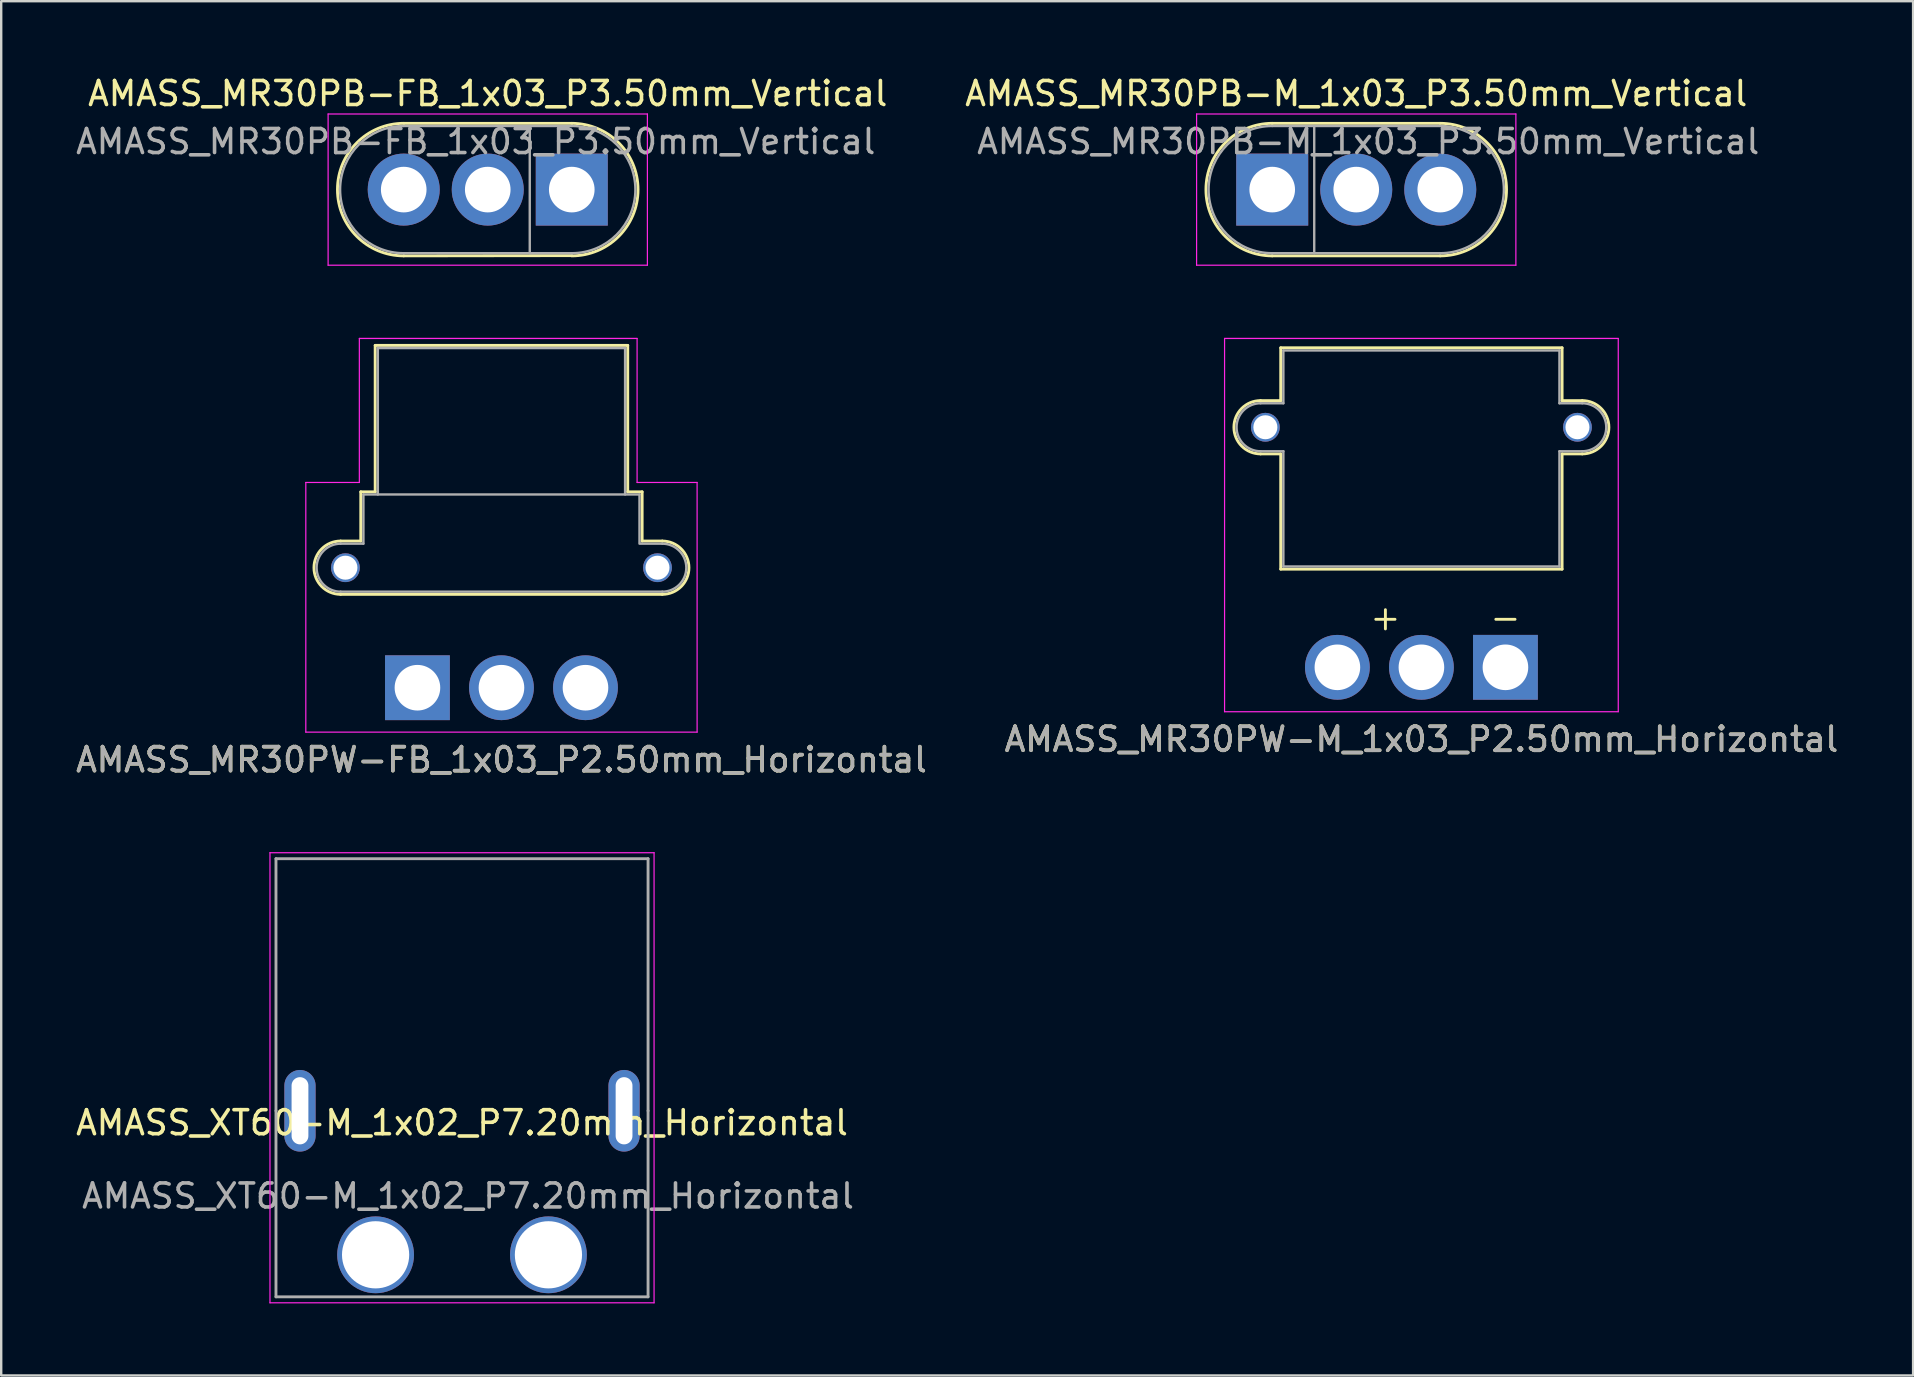
<source format=kicad_pcb>
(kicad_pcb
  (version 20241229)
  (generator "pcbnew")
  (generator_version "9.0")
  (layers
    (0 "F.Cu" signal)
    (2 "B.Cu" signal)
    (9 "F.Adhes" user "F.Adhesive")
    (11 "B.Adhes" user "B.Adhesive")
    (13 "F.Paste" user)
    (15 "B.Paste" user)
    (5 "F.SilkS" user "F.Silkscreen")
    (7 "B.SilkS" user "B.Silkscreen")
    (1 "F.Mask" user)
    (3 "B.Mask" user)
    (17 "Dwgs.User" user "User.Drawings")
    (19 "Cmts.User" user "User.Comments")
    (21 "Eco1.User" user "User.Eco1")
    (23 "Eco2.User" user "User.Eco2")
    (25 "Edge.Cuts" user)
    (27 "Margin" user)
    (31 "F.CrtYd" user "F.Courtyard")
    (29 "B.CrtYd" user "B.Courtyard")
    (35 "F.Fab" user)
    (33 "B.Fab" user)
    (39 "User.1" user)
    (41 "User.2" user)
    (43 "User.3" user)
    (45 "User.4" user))
  (footprint "AMASS_MR30PW-M_1x03_P2.50mm_Horizontal"
    (layer "F.Cu")
    (at 59.661 24.748)
    (property "Reference" "AMASS_MR30PW-M_1x03_P2.50mm_Horizontal" (at -3.5 3 0) (layer "F.SilkS") (effects (font (size 1 1) (thickness 0.15))))
    (attr through_hole)
    (fp_line (start -10.2 -11.11) (end -9.36 -11.11) (stroke (width 0.12) (type solid)) (layer "F.SilkS"))
    (fp_line (start -10.2 -8.89) (end -9.36 -8.89) (stroke (width 0.12) (type solid)) (layer "F.SilkS"))
    (fp_line (start -9.36 -13.31) (end -9.36 -11.11) (stroke (width 0.12) (type solid)) (layer "F.SilkS"))
    (fp_line (start -9.36 -13.31) (end 2.36 -13.31) (stroke (width 0.12) (type solid)) (layer "F.SilkS"))
    (fp_line (start -9.36 -8.89) (end -9.36 -4.09) (stroke (width 0.12) (type solid)) (layer "F.SilkS"))
    (fp_line (start -9.36 -4.09) (end 2.36 -4.09) (stroke (width 0.12) (type solid)) (layer "F.SilkS"))
    (fp_line (start -5.4 -2) (end -4.6 -2) (stroke (width 0.12) (type solid)) (layer "F.SilkS"))
    (fp_line (start -5 -2.4) (end -5 -1.6) (stroke (width 0.12) (type solid)) (layer "F.SilkS"))
    (fp_line (start -0.4 -2) (end 0.4 -2) (stroke (width 0.12) (type solid)) (layer "F.SilkS"))
    (fp_line (start 2.36 -13.31) (end 2.36 -11.11) (stroke (width 0.12) (type solid)) (layer "F.SilkS"))
    (fp_line (start 2.36 -11.11) (end 3.2 -11.11) (stroke (width 0.12) (type solid)) (layer "F.SilkS"))
    (fp_line (start 2.36 -8.89) (end 2.36 -4.09) (stroke (width 0.12) (type solid)) (layer "F.SilkS"))
    (fp_line (start 2.36 -8.89) (end 3.2 -8.89) (stroke (width 0.12) (type solid)) (layer "F.SilkS"))
    (fp_arc (start -10.2 -8.89) (mid -11.31 -10) (end -10.2 -11.11) (stroke (width 0.12) (type solid)) (layer "F.SilkS"))
    (fp_arc (start 3.2 -11.11) (mid 4.31 -10) (end 3.2 -8.89) (stroke (width 0.12) (type solid)) (layer "F.SilkS"))
    (fp_line (start -11.7 -13.7) (end -11.7 1.85) (stroke (width 0.05) (type solid)) (layer "F.CrtYd"))
    (fp_line (start -11.7 -13.7) (end 4.7 -13.7) (stroke (width 0.05) (type solid)) (layer "F.CrtYd"))
    (fp_line (start -11.7 1.85) (end 4.7 1.85) (stroke (width 0.05) (type solid)) (layer "F.CrtYd"))
    (fp_line (start 4.7 -13.7) (end 4.7 1.85) (stroke (width 0.05) (type solid)) (layer "F.CrtYd"))
    (fp_line (start -10.2 -11) (end -9.25 -11) (stroke (width 0.1) (type solid)) (layer "F.Fab"))
    (fp_line (start -10.2 -9) (end -9.25 -9) (stroke (width 0.1) (type solid)) (layer "F.Fab"))
    (fp_line (start -9.25 -13.2) (end -9.25 -11) (stroke (width 0.1) (type solid)) (layer "F.Fab"))
    (fp_line (start -9.25 -13.2) (end 2.25 -13.2) (stroke (width 0.1) (type solid)) (layer "F.Fab"))
    (fp_line (start -9.25 -9) (end -9.25 -4.2) (stroke (width 0.1) (type solid)) (layer "F.Fab"))
    (fp_line (start -9.25 -4.2) (end 2.25 -4.2) (stroke (width 0.1) (type solid)) (layer "F.Fab"))
    (fp_line (start 2.25 -13.2) (end 2.25 -11) (stroke (width 0.1) (type solid)) (layer "F.Fab"))
    (fp_line (start 2.25 -11) (end 3.2 -11) (stroke (width 0.1) (type solid)) (layer "F.Fab"))
    (fp_line (start 2.25 -9) (end 2.25 -4.2) (stroke (width 0.1) (type solid)) (layer "F.Fab"))
    (fp_line (start 2.25 -9) (end 3.2 -9) (stroke (width 0.1) (type solid)) (layer "F.Fab"))
    (fp_arc (start -10.2 -9) (mid -11.2 -10) (end -10.2 -11) (stroke (width 0.1) (type solid)) (layer "F.Fab"))
    (fp_arc (start 3.2 -11) (mid 4.2 -10) (end 3.2 -9) (stroke (width 0.1) (type solid)) (layer "F.Fab"))
    (fp_text user "${REFERENCE}" (at -3.5 3 0) (layer "F.Fab") (effects (font (size 1 1) (thickness 0.15))))
    (pad "" thru_hole circle (at -10 -10) (size 1.2 1.2) (drill 1) (layers "*.Cu" "*.Mask"))
    (pad "" thru_hole circle (at 3 -10) (size 1.2 1.2) (drill 1) (layers "*.Cu" "*.Mask"))
    (pad "1" thru_hole rect (at 0 0) (size 2.7 2.7) (drill 1.9) (layers "*.Cu" "*.Mask"))
    (pad "2" thru_hole circle (at -3.5 0) (size 2.7 2.7) (drill 1.9) (layers "*.Cu" "*.Mask"))
    (pad "3" thru_hole circle (at -7 0) (size 2.7 2.7) (drill 1.9) (layers "*.Cu" "*.Mask")))
  (footprint "AMASS_MR30PB-M_1x03_P3.50mm_Vertical"
    (layer "F.Cu")
    (at 49.946 4.848)
    (property "Reference" "AMASS_MR30PB-M_1x03_P3.50mm_Vertical" (at 3.5 -4 0) (layer "F.SilkS") (effects (font (size 1 1) (thickness 0.15))))
    (attr through_hole)
    (fp_line (start 0 -2.76) (end 7 -2.76) (stroke (width 0.12) (type solid)) (layer "F.SilkS"))
    (fp_line (start 0 2.76) (end 7 2.76) (stroke (width 0.12) (type solid)) (layer "F.SilkS"))
    (fp_arc (start 0 2.76) (mid -2.76 0) (end 0 -2.76) (stroke (width 0.12) (type solid)) (layer "F.SilkS"))
    (fp_arc (start 7 -2.76) (mid 9.76 0) (end 7 2.76) (stroke (width 0.12) (type solid)) (layer "F.SilkS"))
    (fp_line (start -3.15 -3.15) (end -3.15 3.15) (stroke (width 0.05) (type solid)) (layer "F.CrtYd"))
    (fp_line (start -3.15 -3.15) (end 10.15 -3.15) (stroke (width 0.05) (type solid)) (layer "F.CrtYd"))
    (fp_line (start -3.15 3.15) (end 10.15 3.15) (stroke (width 0.05) (type solid)) (layer "F.CrtYd"))
    (fp_line (start 10.15 -3.15) (end 10.15 3.15) (stroke (width 0.05) (type solid)) (layer "F.CrtYd"))
    (fp_line (start 0 -2.65) (end 7 -2.65) (stroke (width 0.1) (type solid)) (layer "F.Fab"))
    (fp_line (start 0 2.65) (end 7 2.65) (stroke (width 0.1) (type solid)) (layer "F.Fab"))
    (fp_line (start 1.75 -2.65) (end 1.75 2.65) (stroke (width 0.1) (type solid)) (layer "F.Fab"))
    (fp_arc (start 0 2.65) (mid -2.65 0) (end 0 -2.65) (stroke (width 0.1) (type solid)) (layer "F.Fab"))
    (fp_arc (start 7 -2.65) (mid 9.65 0) (end 7 2.65) (stroke (width 0.1) (type solid)) (layer "F.Fab"))
    (fp_text user "${REFERENCE}" (at 4 -2 0) (layer "F.Fab") (effects (font (size 1 1) (thickness 0.15))))
    (pad "1" thru_hole rect (at 0 0) (size 3 3) (drill 1.9) (layers "*.Cu" "*.Mask"))
    (pad "2" thru_hole circle (at 3.5 0) (size 3 3) (drill 1.9) (layers "*.Cu" "*.Mask"))
    (pad "3" thru_hole circle (at 7 0) (size 3 3) (drill 1.9) (layers "*.Cu" "*.Mask")))
  (footprint "AMASS_MR30PW-FB_1x03_P2.50mm_Horizontal"
    (layer "F.Cu")
    (at 14.339 25.598)
    (property "Reference" "AMASS_MR30PW-FB_1x03_P2.50mm_Horizontal" (at 3.5 3 0) (layer "F.SilkS") (effects (font (size 1 1) (thickness 0.15))))
    (attr through_hole)
    (fp_line (start -3.2 -6.11) (end -2.36 -6.11) (stroke (width 0.12) (type solid)) (layer "F.SilkS"))
    (fp_line (start -3.2 -3.89) (end 10.2 -3.89) (stroke (width 0.12) (type solid)) (layer "F.SilkS"))
    (fp_line (start -2.36 -8.16) (end -2.36 -6.11) (stroke (width 0.12) (type solid)) (layer "F.SilkS"))
    (fp_line (start -2.36 -8.16) (end -1.76 -8.16) (stroke (width 0.12) (type solid)) (layer "F.SilkS"))
    (fp_line (start -1.76 -14.26) (end -1.76 -8.16) (stroke (width 0.12) (type solid)) (layer "F.SilkS"))
    (fp_line (start -1.76 -14.26) (end 8.76 -14.26) (stroke (width 0.12) (type solid)) (layer "F.SilkS"))
    (fp_line (start 8.76 -14.26) (end 8.76 -8.16) (stroke (width 0.12) (type solid)) (layer "F.SilkS"))
    (fp_line (start 8.76 -8.16) (end 9.36 -8.16) (stroke (width 0.12) (type solid)) (layer "F.SilkS"))
    (fp_line (start 9.36 -8.16) (end 9.36 -6.11) (stroke (width 0.12) (type solid)) (layer "F.SilkS"))
    (fp_line (start 9.36 -6.11) (end 10.2 -6.11) (stroke (width 0.12) (type solid)) (layer "F.SilkS"))
    (fp_arc (start -3.2 -3.89) (mid -4.31 -5) (end -3.2 -6.11) (stroke (width 0.12) (type solid)) (layer "F.SilkS"))
    (fp_arc (start 10.2 -6.11) (mid 11.31 -5) (end 10.2 -3.89) (stroke (width 0.12) (type solid)) (layer "F.SilkS"))
    (fp_line (start -4.65 -8.55) (end -4.65 1.85) (stroke (width 0.05) (type solid)) (layer "F.CrtYd"))
    (fp_line (start -4.65 -8.55) (end -2.42 -8.55) (stroke (width 0.05) (type solid)) (layer "F.CrtYd"))
    (fp_line (start -4.65 1.85) (end 11.65 1.85) (stroke (width 0.05) (type solid)) (layer "F.CrtYd"))
    (fp_line (start -2.42 -14.55) (end -2.42 -8.55) (stroke (width 0.05) (type solid)) (layer "F.CrtYd"))
    (fp_line (start -2.42 -14.55) (end 9.15 -14.55) (stroke (width 0.05) (type solid)) (layer "F.CrtYd"))
    (fp_line (start 9.15 -14.55) (end 9.15 -8.55) (stroke (width 0.05) (type solid)) (layer "F.CrtYd"))
    (fp_line (start 9.15 -8.55) (end 11.65 -8.55) (stroke (width 0.05) (type solid)) (layer "F.CrtYd"))
    (fp_line (start 11.65 -8.55) (end 11.65 1.85) (stroke (width 0.05) (type solid)) (layer "F.CrtYd"))
    (fp_line (start -3.2 -6) (end -2.255 -6) (stroke (width 0.1) (type solid)) (layer "F.Fab"))
    (fp_line (start -3.2 -4) (end 10.2 -4) (stroke (width 0.1) (type solid)) (layer "F.Fab"))
    (fp_line (start -2.25 -8.05) (end -2.25 -6) (stroke (width 0.1) (type solid)) (layer "F.Fab"))
    (fp_line (start -2.25 -8.05) (end 9.25 -8.05) (stroke (width 0.1) (type solid)) (layer "F.Fab"))
    (fp_line (start -1.65 -14.15) (end -1.65 -8.05) (stroke (width 0.1) (type solid)) (layer "F.Fab"))
    (fp_line (start -1.65 -14.15) (end 8.65 -14.15) (stroke (width 0.1) (type solid)) (layer "F.Fab"))
    (fp_line (start 8.65 -14.15) (end 8.65 -8.05) (stroke (width 0.1) (type solid)) (layer "F.Fab"))
    (fp_line (start 9.25 -8.05) (end 9.25 -6.05) (stroke (width 0.1) (type solid)) (layer "F.Fab"))
    (fp_line (start 9.25 -6) (end 10.2 -6) (stroke (width 0.1) (type solid)) (layer "F.Fab"))
    (fp_arc (start -3.2 -4) (mid -4.2 -5) (end -3.2 -6) (stroke (width 0.1) (type solid)) (layer "F.Fab"))
    (fp_arc (start 10.2 -6) (mid 11.2 -5) (end 10.2 -4) (stroke (width 0.1) (type solid)) (layer "F.Fab"))
    (fp_text user "${REFERENCE}" (at 3.5 3 0) (layer "F.Fab") (effects (font (size 1 1) (thickness 0.15))))
    (pad "" thru_hole circle (at -3 -5 90) (size 1.2 1.2) (drill 1) (layers "*.Cu" "*.Mask"))
    (pad "" thru_hole circle (at 10 -5) (size 1.2 1.2) (drill 1) (layers "*.Cu" "*.Mask"))
    (pad "1" thru_hole rect (at 0 0) (size 2.7 2.7) (drill 1.9) (layers "*.Cu" "*.Mask"))
    (pad "2" thru_hole circle (at 3.5 0) (size 2.7 2.7) (drill 1.9) (layers "*.Cu" "*.Mask"))
    (pad "3" thru_hole circle (at 7 0) (size 2.7 2.7) (drill 1.9) (layers "*.Cu" "*.Mask")))
  (footprint "AMASS_XT60-M_1x02_P7.20mm_Horizontal"
    (layer "F.Cu")
    (at 12.596 49.221)
    (property "Reference" "AMASS_XT60-M_1x02_P7.20mm_Horizontal" (at 3.6 -5.5 0) (layer "F.SilkS") (effects (font (size 1 1) (thickness 0.15))))
    (attr smd)
    (fp_line (start -4.4 -16.75) (end 11.6 -16.75) (stroke (width 0.05) (type solid)) (layer "F.CrtYd"))
    (fp_line (start -4.4 2) (end -4.4 -16.75) (stroke (width 0.05) (type solid)) (layer "F.CrtYd"))
    (fp_line (start 11.6 -16.75) (end 11.6 2) (stroke (width 0.05) (type solid)) (layer "F.CrtYd"))
    (fp_line (start 11.6 2) (end -4.4 2) (stroke (width 0.05) (type solid)) (layer "F.CrtYd"))
    (fp_line (start -4.15 -16.5) (end -4.15 -6) (stroke (width 0.12) (type solid)) (layer "F.Fab"))
    (fp_line (start -4.15 -6) (end -4.15 1.75) (stroke (width 0.12) (type solid)) (layer "F.Fab"))
    (fp_line (start -4.15 1.75) (end 11.35 1.75) (stroke (width 0.12) (type solid)) (layer "F.Fab"))
    (fp_line (start 11.35 -16.5) (end -4.15 -16.5) (stroke (width 0.12) (type solid)) (layer "F.Fab"))
    (fp_line (start 11.35 -6) (end 11.35 -16.5) (stroke (width 0.12) (type solid)) (layer "F.Fab"))
    (fp_line (start 11.35 1.75) (end 11.35 -6) (stroke (width 0.12) (type solid)) (layer "F.Fab"))
    (fp_text user "${REFERENCE}" (at 3.85 -2.45 0) (layer "F.Fab") (effects (font (size 1 1) (thickness 0.15))))
    (pad "" thru_hole oval (at -3.15 -6) (size 1.3 3.4) (drill oval 0.7 2.8) (layers "*.Cu" "*.Mask"))
    (pad "" thru_hole oval (at 10.35 -6) (size 1.3 3.4) (drill oval 0.7 2.8) (layers "*.Cu" "*.Mask"))
    (pad "1" thru_hole circle (at 0 0) (size 3.2 3.2) (drill 2.8) (layers "*.Cu" "*.Paste" "*.Mask"))
    (pad "2" thru_hole circle (at 7.2 0) (size 3.2 3.2) (drill 2.8) (layers "*.Cu" "*.Paste" "*.Mask")))
  (footprint "AMASS_MR30PB-FB_1x03_P3.50mm_Vertical"
    (layer "F.Cu")
    (at 20.768 4.848)
    (property "Reference" "AMASS_MR30PB-FB_1x03_P3.50mm_Vertical" (at -3.5 -4 0) (layer "F.SilkS") (effects (font (size 1 1) (thickness 0.15))))
    (attr through_hole)
    (fp_line (start -7 -2.76) (end 0 -2.76) (stroke (width 0.12) (type solid)) (layer "F.SilkS"))
    (fp_line (start -7 2.76) (end 0 2.75) (stroke (width 0.12) (type solid)) (layer "F.SilkS"))
    (fp_arc (start -7 2.76) (mid -9.76 0) (end -7 -2.76) (stroke (width 0.12) (type solid)) (layer "F.SilkS"))
    (fp_arc (start 0 -2.76) (mid 2.76 0) (end 0 2.76) (stroke (width 0.12) (type solid)) (layer "F.SilkS"))
    (fp_line (start -10.15 -3.15) (end -10.15 3.15) (stroke (width 0.05) (type solid)) (layer "F.CrtYd"))
    (fp_line (start -10.15 -3.15) (end 3.15 -3.15) (stroke (width 0.05) (type solid)) (layer "F.CrtYd"))
    (fp_line (start -10.15 3.15) (end 3.15 3.15) (stroke (width 0.05) (type solid)) (layer "F.CrtYd"))
    (fp_line (start 3.15 -3.15) (end 3.15 3.15) (stroke (width 0.05) (type solid)) (layer "F.CrtYd"))
    (fp_line (start -7 -2.65) (end 0 -2.65) (stroke (width 0.1) (type solid)) (layer "F.Fab"))
    (fp_line (start -7 2.65) (end 0 2.65) (stroke (width 0.1) (type solid)) (layer "F.Fab"))
    (fp_line (start -1.75 -2.65) (end -1.75 2.65) (stroke (width 0.1) (type solid)) (layer "F.Fab"))
    (fp_arc (start -7 2.65) (mid -9.65 0) (end -7 -2.65) (stroke (width 0.1) (type solid)) (layer "F.Fab"))
    (fp_arc (start 0 -2.65) (mid 2.65 0) (end 0 2.65) (stroke (width 0.1) (type solid)) (layer "F.Fab"))
    (fp_text user "${REFERENCE}" (at -4 -2 0) (layer "F.Fab") (effects (font (size 1 1) (thickness 0.15))))
    (pad "1" thru_hole rect (at 0 0) (size 3 3) (drill 1.9) (layers "*.Cu" "*.Mask"))
    (pad "2" thru_hole circle (at -3.5 0) (size 3 3) (drill 1.9) (layers "*.Cu" "*.Mask"))
    (pad "3" thru_hole circle (at -7 0) (size 3 3) (drill 1.9) (layers "*.Cu" "*.Mask")))
  (gr_rect
    (start -3 -3)
    (end 76.643 54.246)
    (stroke (width 0.1) (type default))
    (fill no)
    (layer "Edge.Cuts")))
</source>
